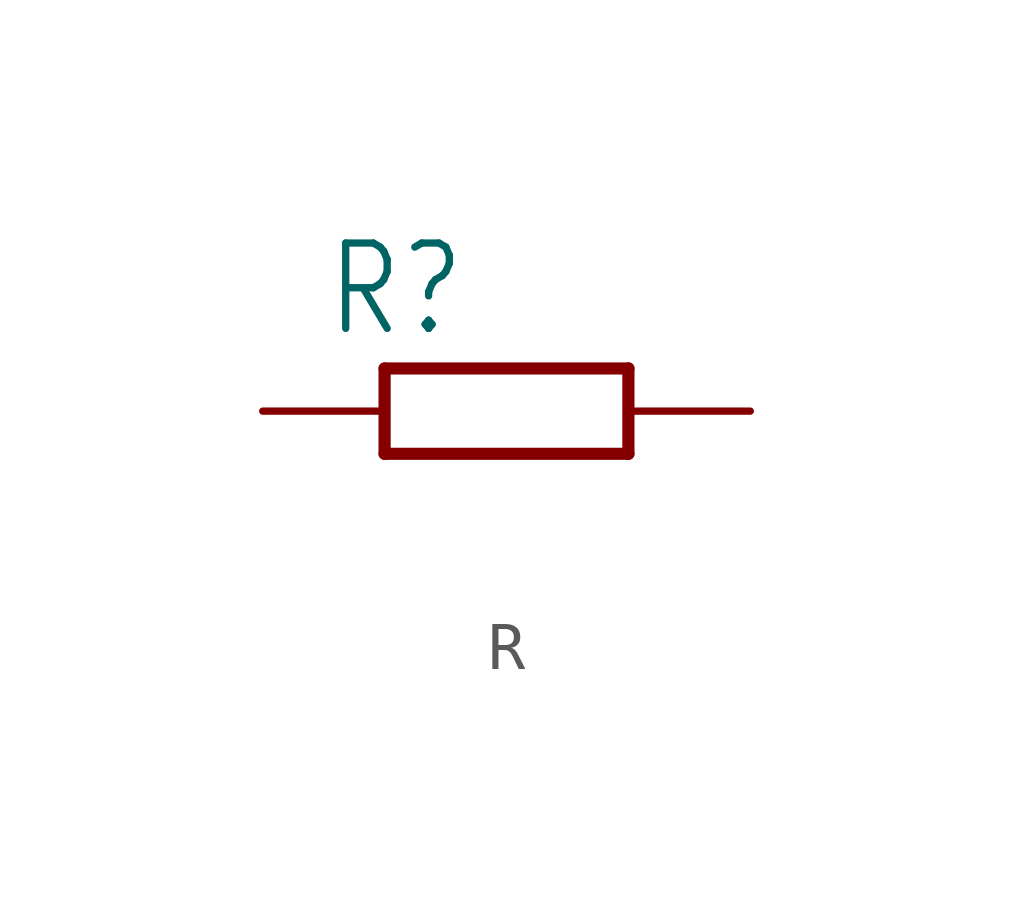
<source format=kicad_sym>
(kicad_symbol_lib
  (version 20241209)
  (generator "kicad_symbol_editor")
  (generator_version "9.0")
  (symbol "R"
    (property "Reference" "R"
      (at -3.81 1.499 0)
      (effects (font (size 1.778 1.511)) (justify left bottom)))
    (property "Value" ""
      (at -3.81 -3.302 0)
      (effects (font (size 1.778 1.511)) (justify left bottom)))
    (property "ki_locked" ""
      (at 0 0 0)
      (effects (font (size 1.27 1.27))))
    (symbol "R_1_0"
      (polyline (pts (xy -2.54 -0.889) (xy -2.54 0.889)) (stroke (width 0.254) (type solid)) (fill (type none)))
      (polyline (pts (xy -2.54 -0.889) (xy 2.54 -0.889)) (stroke (width 0.254) (type solid)) (fill (type none)))
      (polyline (pts (xy 2.54 0.889) (xy -2.54 0.889)) (stroke (width 0.254) (type solid)) (fill (type none)))
      (polyline (pts (xy 2.54 -0.889) (xy 2.54 0.889)) (stroke (width 0.254) (type solid)) (fill (type none)))
      (pin passive line (at -5.08 0 0) (length 2.54) (name "1" (effects (font (size 0 0)))) (number "1" (effects (font (size 0 0)))))
      (pin passive line (at 5.08 0 180) (length 2.54) (name "2" (effects (font (size 0 0)))) (number "2" (effects (font (size 0 0))))))))
</source>
